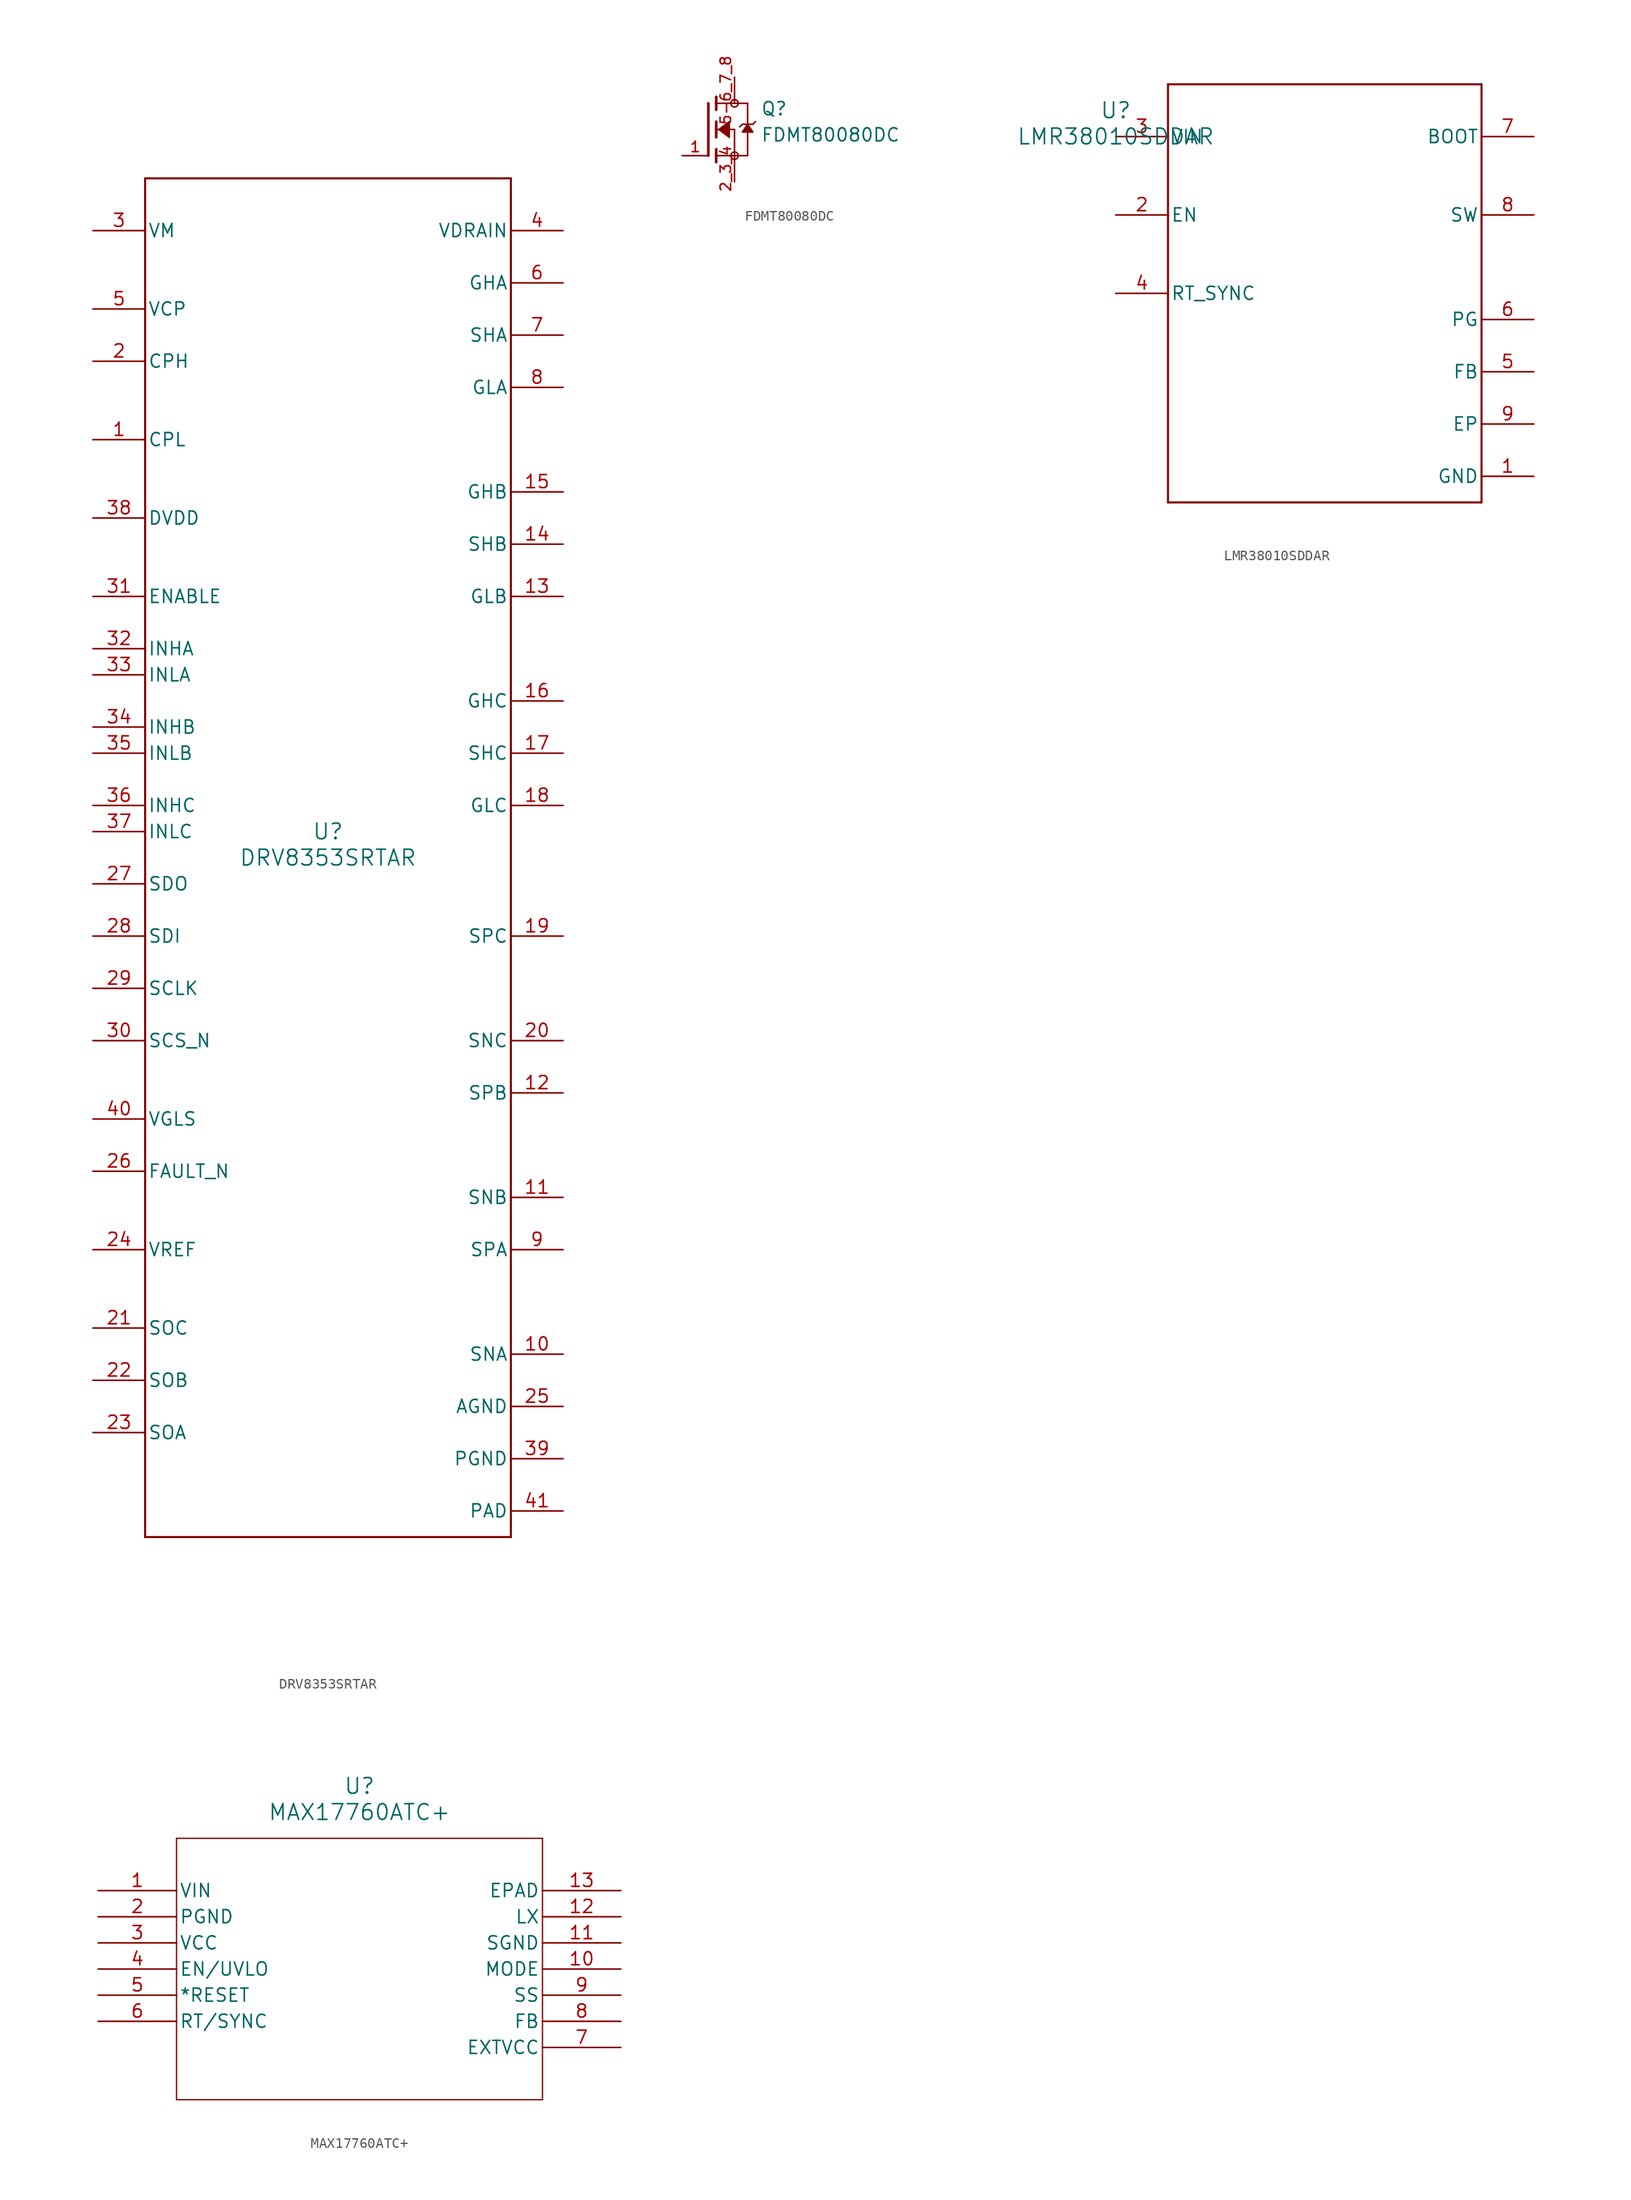
<source format=kicad_sym>
(kicad_symbol_lib
  (version 20220914)
  (generator kicad_symbol_editor)
  (symbol "DRV8353SRTAR"
    (pin_names
      (offset 0.254))
    (property "Reference" "U"
      (at 0 2.54 0)
      (effects (font (size 1.524 1.524))))
    (property "Value" "DRV8353SRTAR"
      (at 0 0 0)
      (effects (font (size 1.524 1.524))))
    (property "ki_locked" ""
      (at 0 0 0)
      (effects (font (size 1.27 1.27))))
    (symbol "DRV8353SRTAR_0_1"
      (polyline (pts (xy -17.78 -66.04) (xy 17.78 -66.04)) (stroke (width 0.203) (type default)) (fill (type none)))
      (polyline (pts (xy -17.78 66.04) (xy -17.78 -66.04)) (stroke (width 0.203) (type default)) (fill (type none)))
      (polyline (pts (xy 17.78 -66.04) (xy 17.78 66.04)) (stroke (width 0.203) (type default)) (fill (type none)))
      (polyline (pts (xy 17.78 66.04) (xy -17.78 66.04)) (stroke (width 0.203) (type default)) (fill (type none)))
      (pin unspecified line (at -22.86 40.64 0) (length 5.08) (name "CPL" (effects (font (size 1.27 1.27)))) (number "1" (effects (font (size 1.27 1.27)))))
      (pin input line (at 22.86 -48.26 180) (length 5.08) (name "SNA" (effects (font (size 1.27 1.27)))) (number "10" (effects (font (size 1.27 1.27)))))
      (pin input line (at 22.86 -33.02 180) (length 5.08) (name "SNB" (effects (font (size 1.27 1.27)))) (number "11" (effects (font (size 1.27 1.27)))))
      (pin input line (at 22.86 -22.86 180) (length 5.08) (name "SPB" (effects (font (size 1.27 1.27)))) (number "12" (effects (font (size 1.27 1.27)))))
      (pin output line (at 22.86 25.4 180) (length 5.08) (name "GLB" (effects (font (size 1.27 1.27)))) (number "13" (effects (font (size 1.27 1.27)))))
      (pin input line (at 22.86 30.48 180) (length 5.08) (name "SHB" (effects (font (size 1.27 1.27)))) (number "14" (effects (font (size 1.27 1.27)))))
      (pin output line (at 22.86 35.56 180) (length 5.08) (name "GHB" (effects (font (size 1.27 1.27)))) (number "15" (effects (font (size 1.27 1.27)))))
      (pin output line (at 22.86 15.24 180) (length 5.08) (name "GHC" (effects (font (size 1.27 1.27)))) (number "16" (effects (font (size 1.27 1.27)))))
      (pin input line (at 22.86 10.16 180) (length 5.08) (name "SHC" (effects (font (size 1.27 1.27)))) (number "17" (effects (font (size 1.27 1.27)))))
      (pin output line (at 22.86 5.08 180) (length 5.08) (name "GLC" (effects (font (size 1.27 1.27)))) (number "18" (effects (font (size 1.27 1.27)))))
      (pin input line (at 22.86 -7.62 180) (length 5.08) (name "SPC" (effects (font (size 1.27 1.27)))) (number "19" (effects (font (size 1.27 1.27)))))
      (pin unspecified line (at -22.86 48.26 0) (length 5.08) (name "CPH" (effects (font (size 1.27 1.27)))) (number "2" (effects (font (size 1.27 1.27)))))
      (pin input line (at 22.86 -17.78 180) (length 5.08) (name "SNC" (effects (font (size 1.27 1.27)))) (number "20" (effects (font (size 1.27 1.27)))))
      (pin output line (at -22.86 -45.72 0) (length 5.08) (name "SOC" (effects (font (size 1.27 1.27)))) (number "21" (effects (font (size 1.27 1.27)))))
      (pin output line (at -22.86 -50.8 0) (length 5.08) (name "SOB" (effects (font (size 1.27 1.27)))) (number "22" (effects (font (size 1.27 1.27)))))
      (pin output line (at -22.86 -55.88 0) (length 5.08) (name "SOA" (effects (font (size 1.27 1.27)))) (number "23" (effects (font (size 1.27 1.27)))))
      (pin input line (at -22.86 -38.1 0) (length 5.08) (name "VREF" (effects (font (size 1.27 1.27)))) (number "24" (effects (font (size 1.27 1.27)))))
      (pin power_in line (at 22.86 -53.34 180) (length 5.08) (name "AGND" (effects (font (size 1.27 1.27)))) (number "25" (effects (font (size 1.27 1.27)))))
      (pin open_collector line (at -22.86 -30.48 0) (length 5.08) (name "FAULT_N" (effects (font (size 1.27 1.27)))) (number "26" (effects (font (size 1.27 1.27)))))
      (pin unspecified line (at -22.86 -2.54 0) (length 5.08) (name "SDO" (effects (font (size 1.27 1.27)))) (number "27" (effects (font (size 1.27 1.27)))))
      (pin input line (at -22.86 -7.62 0) (length 5.08) (name "SDI" (effects (font (size 1.27 1.27)))) (number "28" (effects (font (size 1.27 1.27)))))
      (pin input line (at -22.86 -12.7 0) (length 5.08) (name "SCLK" (effects (font (size 1.27 1.27)))) (number "29" (effects (font (size 1.27 1.27)))))
      (pin power_in line (at -22.86 60.96 0) (length 5.08) (name "VM" (effects (font (size 1.27 1.27)))) (number "3" (effects (font (size 1.27 1.27)))))
      (pin input line (at -22.86 -17.78 0) (length 5.08) (name "SCS_N" (effects (font (size 1.27 1.27)))) (number "30" (effects (font (size 1.27 1.27)))))
      (pin input line (at -22.86 25.4 0) (length 5.08) (name "ENABLE" (effects (font (size 1.27 1.27)))) (number "31" (effects (font (size 1.27 1.27)))))
      (pin input line (at -22.86 20.32 0) (length 5.08) (name "INHA" (effects (font (size 1.27 1.27)))) (number "32" (effects (font (size 1.27 1.27)))))
      (pin input line (at -22.86 17.78 0) (length 5.08) (name "INLA" (effects (font (size 1.27 1.27)))) (number "33" (effects (font (size 1.27 1.27)))))
      (pin input line (at -22.86 12.7 0) (length 5.08) (name "INHB" (effects (font (size 1.27 1.27)))) (number "34" (effects (font (size 1.27 1.27)))))
      (pin input line (at -22.86 10.16 0) (length 5.08) (name "INLB" (effects (font (size 1.27 1.27)))) (number "35" (effects (font (size 1.27 1.27)))))
      (pin input line (at -22.86 5.08 0) (length 5.08) (name "INHC" (effects (font (size 1.27 1.27)))) (number "36" (effects (font (size 1.27 1.27)))))
      (pin input line (at -22.86 2.54 0) (length 5.08) (name "INLC" (effects (font (size 1.27 1.27)))) (number "37" (effects (font (size 1.27 1.27)))))
      (pin power_in line (at -22.86 33.02 0) (length 5.08) (name "DVDD" (effects (font (size 1.27 1.27)))) (number "38" (effects (font (size 1.27 1.27)))))
      (pin power_in line (at 22.86 -58.42 180) (length 5.08) (name "PGND" (effects (font (size 1.27 1.27)))) (number "39" (effects (font (size 1.27 1.27)))))
      (pin input line (at 22.86 60.96 180) (length 5.08) (name "VDRAIN" (effects (font (size 1.27 1.27)))) (number "4" (effects (font (size 1.27 1.27)))))
      (pin power_in line (at -22.86 -25.4 0) (length 5.08) (name "VGLS" (effects (font (size 1.27 1.27)))) (number "40" (effects (font (size 1.27 1.27)))))
      (pin power_in line (at 22.86 -63.5 180) (length 5.08) (name "PAD" (effects (font (size 1.27 1.27)))) (number "41" (effects (font (size 1.27 1.27)))))
      (pin power_in line (at -22.86 53.34 0) (length 5.08) (name "VCP" (effects (font (size 1.27 1.27)))) (number "5" (effects (font (size 1.27 1.27)))))
      (pin output line (at 22.86 55.88 180) (length 5.08) (name "GHA" (effects (font (size 1.27 1.27)))) (number "6" (effects (font (size 1.27 1.27)))))
      (pin input line (at 22.86 50.8 180) (length 5.08) (name "SHA" (effects (font (size 1.27 1.27)))) (number "7" (effects (font (size 1.27 1.27)))))
      (pin output line (at 22.86 45.72 180) (length 5.08) (name "GLA" (effects (font (size 1.27 1.27)))) (number "8" (effects (font (size 1.27 1.27)))))
      (pin input line (at 22.86 -38.1 180) (length 5.08) (name "SPA" (effects (font (size 1.27 1.27)))) (number "9" (effects (font (size 1.27 1.27)))))))
  (symbol "FDMT80080DC"
    (pin_names
      (offset 1.016))
    (property "Reference" "Q"
      (at 5.08 1.27 0)
      (effects (font (size 1.27 1.27)) (justify left bottom)))
    (property "Value" "FDMT80080DC"
      (at 5.08 -1.27 0)
      (effects (font (size 1.27 1.27)) (justify left bottom)))
    (symbol "FDMT80080DC_0_0"
      (polyline (pts (xy 0 2.54) (xy 0 -2.54)) (stroke (width 0.254) (type default)) (fill (type none)))
      (polyline (pts (xy 0.762 -2.54) (xy 0.762 -3.175)) (stroke (width 0.254) (type default)) (fill (type none)))
      (polyline (pts (xy 0.762 -1.905) (xy 0.762 -2.54)) (stroke (width 0.254) (type default)) (fill (type none)))
      (polyline (pts (xy 0.762 0) (xy 0.762 -0.762)) (stroke (width 0.254) (type default)) (fill (type none)))
      (polyline (pts (xy 0.762 0) (xy 2.54 0)) (stroke (width 0.152) (type default)) (fill (type none)))
      (polyline (pts (xy 0.762 0.762) (xy 0.762 0)) (stroke (width 0.254) (type default)) (fill (type none)))
      (polyline (pts (xy 0.762 2.54) (xy 0.762 1.905)) (stroke (width 0.254) (type default)) (fill (type none)))
      (polyline (pts (xy 0.762 2.54) (xy 3.81 2.54)) (stroke (width 0.152) (type default)) (fill (type none)))
      (polyline (pts (xy 0.762 3.175) (xy 0.762 2.54)) (stroke (width 0.254) (type default)) (fill (type none)))
      (polyline (pts (xy 2.54 -2.54) (xy 0.762 -2.54)) (stroke (width 0.152) (type default)) (fill (type none)))
      (polyline (pts (xy 2.54 -2.54) (xy 3.81 -2.54)) (stroke (width 0.152) (type default)) (fill (type none)))
      (polyline (pts (xy 2.54 0) (xy 2.54 -2.54)) (stroke (width 0.152) (type default)) (fill (type none)))
      (polyline (pts (xy 3.302 0.508) (xy 3.048 0.254)) (stroke (width 0.152) (type default)) (fill (type none)))
      (polyline (pts (xy 3.81 0.508) (xy 3.302 0.508)) (stroke (width 0.152) (type default)) (fill (type none)))
      (polyline (pts (xy 3.81 0.508) (xy 3.81 -2.54)) (stroke (width 0.152) (type default)) (fill (type none)))
      (polyline (pts (xy 3.81 2.54) (xy 3.81 0.508)) (stroke (width 0.152) (type default)) (fill (type none)))
      (polyline (pts (xy 4.318 0.508) (xy 3.81 0.508)) (stroke (width 0.152) (type default)) (fill (type none)))
      (polyline (pts (xy 4.572 0.762) (xy 4.318 0.508)) (stroke (width 0.152) (type default)) (fill (type none)))
      (polyline (pts (xy 1.016 0) (xy 2.032 0.762) (xy 2.032 -0.762) (xy 1.016 0)) (stroke (width 0.152) (type default)) (fill (type outline)))
      (polyline (pts (xy 3.81 0.508) (xy 3.302 -0.254) (xy 4.318 -0.254) (xy 3.81 0.508)) (stroke (width 0.152) (type default)) (fill (type outline)))
      (circle (center 2.54 -2.54) (radius 0.359) (stroke (width 0) (type default)) (fill (type none)))
      (circle (center 2.54 2.54) (radius 0.359) (stroke (width 0) (type default)) (fill (type none)))
      (pin passive line (at -2.54 -2.54 0) (length 2.54) (name "~" (effects (font (size 1.016 1.016)))) (number "1" (effects (font (size 1.016 1.016)))))
      (pin passive line (at 2.54 -5.08 90) (length 2.54) (name "~" (effects (font (size 1.016 1.016)))) (number "2_3_4" (effects (font (size 1.016 1.016)))))
      (pin passive line (at 2.54 5.08 270) (length 2.54) (name "~" (effects (font (size 1.016 1.016)))) (number "5-6_7_8" (effects (font (size 1.016 1.016)))))))
  (symbol "LMR38010SDDAR"
    (pin_names
      (offset 0.254))
    (property "Reference" "U"
      (at 0 2.54 0)
      (effects (font (size 1.524 1.524))))
    (property "Value" "LMR38010SDDAR"
      (at 0 0 0)
      (effects (font (size 1.524 1.524))))
    (property "ki_locked" ""
      (at 0 0 0)
      (effects (font (size 1.27 1.27))))
    (symbol "LMR38010SDDAR_0_1"
      (polyline (pts (xy 5.08 -35.56) (xy 35.56 -35.56)) (stroke (width 0.203) (type default)) (fill (type none)))
      (polyline (pts (xy 5.08 5.08) (xy 5.08 -35.56)) (stroke (width 0.203) (type default)) (fill (type none)))
      (polyline (pts (xy 35.56 -35.56) (xy 35.56 5.08)) (stroke (width 0.203) (type default)) (fill (type none)))
      (polyline (pts (xy 35.56 5.08) (xy 5.08 5.08)) (stroke (width 0.203) (type default)) (fill (type none)))
      (pin power_in line (at 40.64 -33.02 180) (length 5.08) (name "GND" (effects (font (size 1.27 1.27)))) (number "1" (effects (font (size 1.27 1.27)))))
      (pin input line (at 0 -7.62 0) (length 5.08) (name "EN" (effects (font (size 1.27 1.27)))) (number "2" (effects (font (size 1.27 1.27)))))
      (pin power_in line (at 0 0 0) (length 5.08) (name "VIN" (effects (font (size 1.27 1.27)))) (number "3" (effects (font (size 1.27 1.27)))))
      (pin unspecified line (at 0 -15.24 0) (length 5.08) (name "RT_SYNC" (effects (font (size 1.27 1.27)))) (number "4" (effects (font (size 1.27 1.27)))))
      (pin unspecified line (at 40.64 -22.86 180) (length 5.08) (name "FB" (effects (font (size 1.27 1.27)))) (number "5" (effects (font (size 1.27 1.27)))))
      (pin open_collector line (at 40.64 -17.78 180) (length 5.08) (name "PG" (effects (font (size 1.27 1.27)))) (number "6" (effects (font (size 1.27 1.27)))))
      (pin unspecified line (at 40.64 0 180) (length 5.08) (name "BOOT" (effects (font (size 1.27 1.27)))) (number "7" (effects (font (size 1.27 1.27)))))
      (pin unspecified line (at 40.64 -7.62 180) (length 5.08) (name "SW" (effects (font (size 1.27 1.27)))) (number "8" (effects (font (size 1.27 1.27)))))
      (pin unspecified line (at 40.64 -27.94 180) (length 5.08) (name "EP" (effects (font (size 1.27 1.27)))) (number "9" (effects (font (size 1.27 1.27)))))))
  (symbol "MAX17760ATC+"
    (pin_names
      (offset 0.254))
    (property "Reference" "U"
      (at 25.4 10.16 0)
      (effects (font (size 1.524 1.524))))
    (property "Value" "MAX17760ATC+"
      (at 25.4 7.62 0)
      (effects (font (size 1.524 1.524))))
    (property "ki_locked" ""
      (at 0 0 0)
      (effects (font (size 1.27 1.27))))
    (symbol "MAX17760ATC+_0_1"
      (polyline (pts (xy 7.62 -20.32) (xy 43.18 -20.32)) (stroke (width 0.127) (type default)) (fill (type none)))
      (polyline (pts (xy 7.62 5.08) (xy 7.62 -20.32)) (stroke (width 0.127) (type default)) (fill (type none)))
      (polyline (pts (xy 43.18 -20.32) (xy 43.18 5.08)) (stroke (width 0.127) (type default)) (fill (type none)))
      (polyline (pts (xy 43.18 5.08) (xy 7.62 5.08)) (stroke (width 0.127) (type default)) (fill (type none)))
      (pin input line (at 0 0 0) (length 7.62) (name "VIN" (effects (font (size 1.27 1.27)))) (number "1" (effects (font (size 1.27 1.27)))))
      (pin unspecified line (at 50.8 -7.62 180) (length 7.62) (name "MODE" (effects (font (size 1.27 1.27)))) (number "10" (effects (font (size 1.27 1.27)))))
      (pin power_in line (at 50.8 -5.08 180) (length 7.62) (name "SGND" (effects (font (size 1.27 1.27)))) (number "11" (effects (font (size 1.27 1.27)))))
      (pin unspecified line (at 50.8 -2.54 180) (length 7.62) (name "LX" (effects (font (size 1.27 1.27)))) (number "12" (effects (font (size 1.27 1.27)))))
      (pin power_in line (at 50.8 0 180) (length 7.62) (name "EPAD" (effects (font (size 1.27 1.27)))) (number "13" (effects (font (size 1.27 1.27)))))
      (pin power_in line (at 0 -2.54 0) (length 7.62) (name "PGND" (effects (font (size 1.27 1.27)))) (number "2" (effects (font (size 1.27 1.27)))))
      (pin power_in line (at 0 -5.08 0) (length 7.62) (name "VCC" (effects (font (size 1.27 1.27)))) (number "3" (effects (font (size 1.27 1.27)))))
      (pin unspecified line (at 0 -7.62 0) (length 7.62) (name "EN/UVLO" (effects (font (size 1.27 1.27)))) (number "4" (effects (font (size 1.27 1.27)))))
      (pin output line (at 0 -10.16 0) (length 7.62) (name "*RESET" (effects (font (size 1.27 1.27)))) (number "5" (effects (font (size 1.27 1.27)))))
      (pin input line (at 0 -12.7 0) (length 7.62) (name "RT/SYNC" (effects (font (size 1.27 1.27)))) (number "6" (effects (font (size 1.27 1.27)))))
      (pin input line (at 50.8 -15.24 180) (length 7.62) (name "EXTVCC" (effects (font (size 1.27 1.27)))) (number "7" (effects (font (size 1.27 1.27)))))
      (pin input line (at 50.8 -12.7 180) (length 7.62) (name "FB" (effects (font (size 1.27 1.27)))) (number "8" (effects (font (size 1.27 1.27)))))
      (pin input line (at 50.8 -10.16 180) (length 7.62) (name "SS" (effects (font (size 1.27 1.27)))) (number "9" (effects (font (size 1.27 1.27))))))))
</source>
